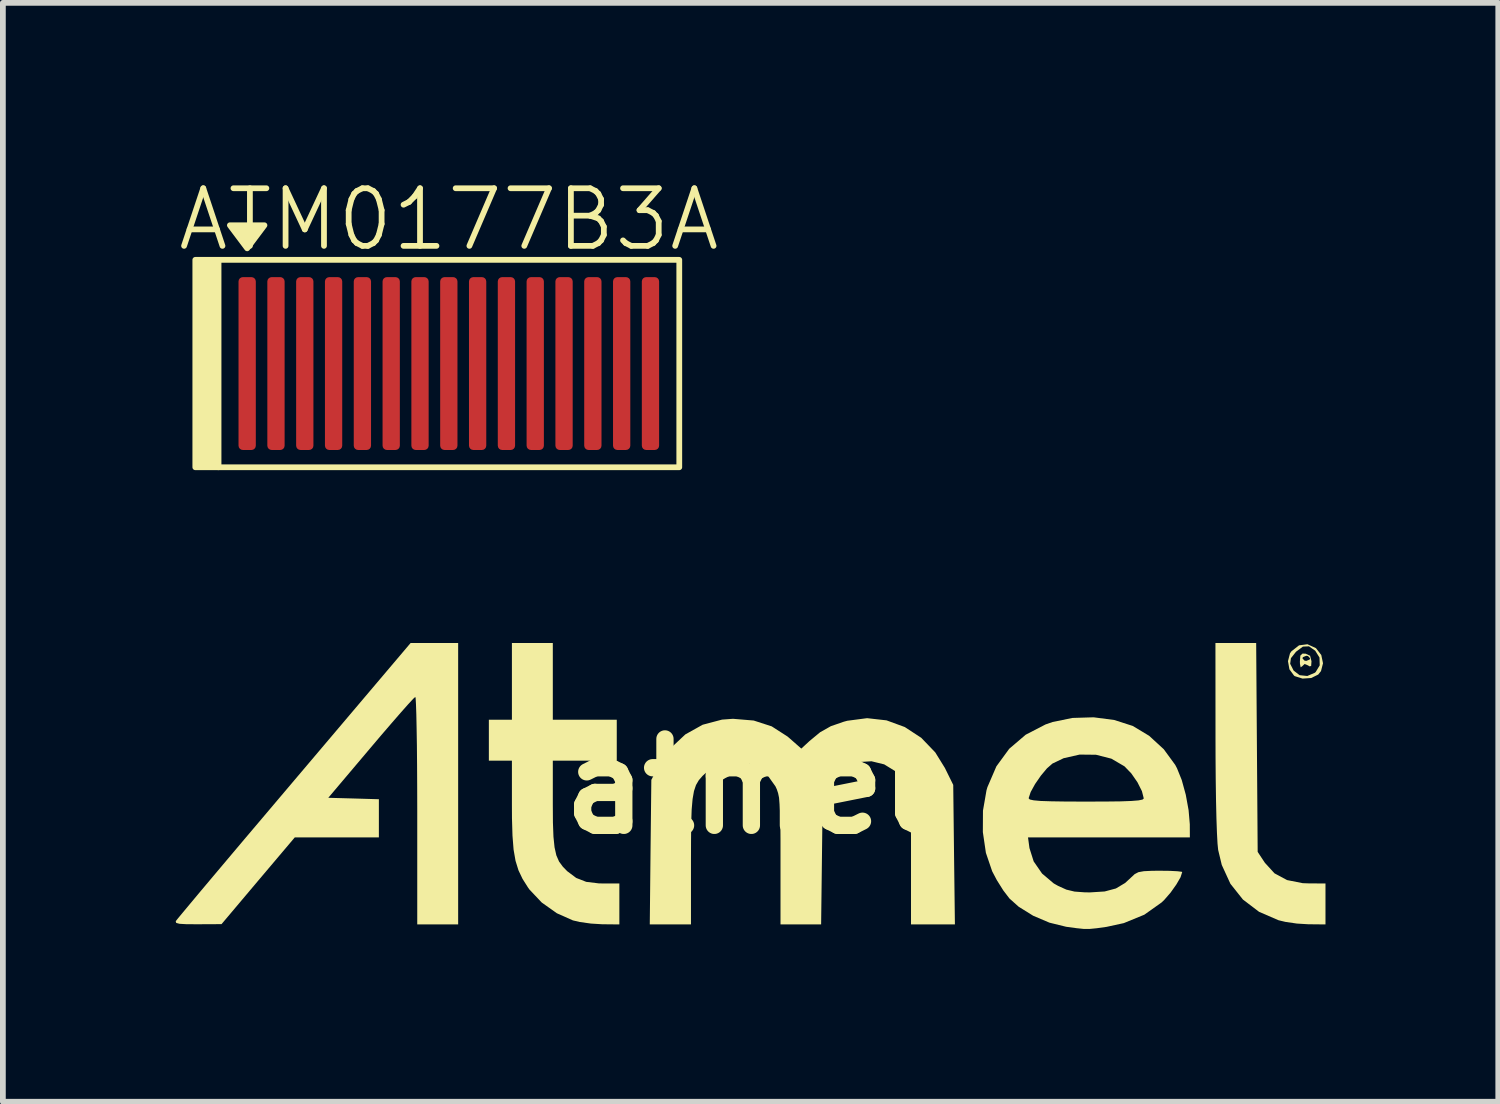
<source format=kicad_pcb>
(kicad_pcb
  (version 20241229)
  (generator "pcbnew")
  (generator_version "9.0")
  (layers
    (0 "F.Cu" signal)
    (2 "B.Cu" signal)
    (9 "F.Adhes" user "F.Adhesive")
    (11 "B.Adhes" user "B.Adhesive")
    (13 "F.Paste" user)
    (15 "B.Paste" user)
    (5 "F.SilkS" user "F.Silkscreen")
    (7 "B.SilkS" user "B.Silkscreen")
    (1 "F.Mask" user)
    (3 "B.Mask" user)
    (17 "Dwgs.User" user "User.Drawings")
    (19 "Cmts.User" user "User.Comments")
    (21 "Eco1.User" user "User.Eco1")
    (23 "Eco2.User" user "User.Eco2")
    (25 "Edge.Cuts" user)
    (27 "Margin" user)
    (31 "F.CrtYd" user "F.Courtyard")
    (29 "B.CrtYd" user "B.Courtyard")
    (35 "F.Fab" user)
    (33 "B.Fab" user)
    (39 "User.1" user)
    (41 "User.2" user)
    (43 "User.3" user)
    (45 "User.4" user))
  (footprint "atmel"
    (layer "F.Cu")
    (at 9.92 10.597)
    (property "Reference" "atmel" (at 0 0 0) (layer "F.SilkS") (effects (font (size 1.5 1.5) (thickness 0.3))))
    (attr board_only exclude_from_pos_files exclude_from_bom)
    (fp_poly (pts (xy 9.692 -2.301) (xy 9.769 -2.265) (xy 9.793 -2.171) (xy 9.793 -2.167) (xy 9.787 -2.087) (xy 9.756 -2.082) (xy 9.735 -2.097) (xy 9.673 -2.122) (xy 9.633 -2.084) (xy 9.605 -2.064) (xy 9.593 -2.125) (xy 9.592 -2.168) (xy 9.596 -2.22) (xy 9.636 -2.22) (xy 9.672 -2.181) (xy 9.703 -2.176) (xy 9.762 -2.2) (xy 9.769 -2.22) (xy 9.733 -2.26) (xy 9.703 -2.265) (xy 9.644 -2.241) (xy 9.636 -2.22) (xy 9.596 -2.22) (xy 9.6 -2.268) (xy 9.637 -2.303)) (stroke (width 0) (type solid)) (fill yes) (layer "F.SilkS"))
    (fp_poly (pts (xy 8.846 -0.674) (xy 8.859 1.139) (xy 8.984 1.328) (xy 9.151 1.511) (xy 9.368 1.628) (xy 9.641 1.682) (xy 9.758 1.686) (xy 10.036 1.687) (xy 10.036 2.043) (xy 10.036 2.398) (xy 9.736 2.395) (xy 9.539 2.383) (xy 9.341 2.354) (xy 9.22 2.325) (xy 8.883 2.179) (xy 8.603 1.966) (xy 8.386 1.693) (xy 8.236 1.366) (xy 8.173 1.104) (xy 8.162 0.993) (xy 8.152 0.804) (xy 8.143 0.549) (xy 8.136 0.241) (xy 8.131 -0.109) (xy 8.128 -0.491) (xy 8.127 -0.833) (xy 8.126 -2.487) (xy 8.48 -2.487) (xy 8.833 -2.487)) (stroke (width 0) (type solid)) (fill yes) (layer "F.SilkS"))
    (fp_poly (pts (xy 9.87 -2.398) (xy 9.871 -2.397) (xy 9.963 -2.278) (xy 9.993 -2.135) (xy 9.958 -1.999) (xy 9.91 -1.939) (xy 9.788 -1.879) (xy 9.638 -1.869) (xy 9.504 -1.911) (xy 9.49 -1.921) (xy 9.41 -2.03) (xy 9.393 -2.126) (xy 9.423 -2.126) (xy 9.481 -2.012) (xy 9.483 -2.008) (xy 9.587 -1.928) (xy 9.72 -1.914) (xy 9.849 -1.969) (xy 9.866 -1.983) (xy 9.936 -2.099) (xy 9.932 -2.234) (xy 9.858 -2.353) (xy 9.749 -2.429) (xy 9.644 -2.424) (xy 9.526 -2.336) (xy 9.523 -2.333) (xy 9.436 -2.223) (xy 9.423 -2.126) (xy 9.393 -2.126) (xy 9.385 -2.172) (xy 9.42 -2.307) (xy 9.444 -2.342) (xy 9.577 -2.446) (xy 9.723 -2.465)) (stroke (width 0) (type solid)) (fill yes) (layer "F.SilkS"))
    (fp_poly (pts (xy -5.018 -0.044) (xy -5.018 2.398) (xy -5.373 2.398) (xy -5.728 2.398) (xy -5.728 0.422) (xy -5.729 0.013) (xy -5.731 -0.368) (xy -5.734 -0.71) (xy -5.739 -1.007) (xy -5.744 -1.247) (xy -5.75 -1.424) (xy -5.756 -1.527) (xy -5.762 -1.551) (xy -5.798 -1.518) (xy -5.884 -1.425) (xy -6.01 -1.283) (xy -6.17 -1.099) (xy -6.355 -0.884) (xy -6.533 -0.674) (xy -7.272 0.2) (xy -6.833 0.212) (xy -6.394 0.225) (xy -6.394 0.557) (xy -6.394 0.888) (xy -7.124 0.888) (xy -7.854 0.888) (xy -8.49 1.64) (xy -9.125 2.393) (xy -9.538 2.395) (xy -9.734 2.394) (xy -9.854 2.387) (xy -9.911 2.372) (xy -9.92 2.346) (xy -9.916 2.337) (xy -9.882 2.294) (xy -9.795 2.189) (xy -9.66 2.027) (xy -9.482 1.814) (xy -9.265 1.556) (xy -9.014 1.258) (xy -8.734 0.926) (xy -8.429 0.566) (xy -8.104 0.182) (xy -7.861 -0.105) (xy -5.843 -2.487) (xy -5.43 -2.487) (xy -5.018 -2.487)) (stroke (width 0) (type solid)) (fill yes) (layer "F.SilkS"))
    (fp_poly (pts (xy -3.375 -1.821) (xy -3.375 -1.155) (xy -2.82 -1.155) (xy -2.265 -1.155) (xy -2.265 -0.799) (xy -2.265 -0.444) (xy -2.82 -0.444) (xy -3.375 -0.444) (xy -3.375 0.312) (xy -3.373 0.631) (xy -3.364 0.875) (xy -3.345 1.059) (xy -3.314 1.198) (xy -3.267 1.306) (xy -3.201 1.396) (xy -3.125 1.474) (xy -2.969 1.591) (xy -2.795 1.659) (xy -2.573 1.686) (xy -2.484 1.687) (xy -2.22 1.687) (xy -2.22 2.043) (xy -2.22 2.398) (xy -2.52 2.395) (xy -2.714 2.383) (xy -2.907 2.356) (xy -3.026 2.328) (xy -3.305 2.204) (xy -3.567 2.018) (xy -3.78 1.793) (xy -3.805 1.758) (xy -3.9 1.608) (xy -3.971 1.459) (xy -4.022 1.294) (xy -4.056 1.099) (xy -4.075 0.857) (xy -4.084 0.552) (xy -4.085 0.325) (xy -4.085 -0.444) (xy -4.285 -0.444) (xy -4.485 -0.444) (xy -4.485 -0.799) (xy -4.485 -1.155) (xy -4.285 -1.155) (xy -4.085 -1.155) (xy -4.085 -1.821) (xy -4.085 -2.487) (xy -3.73 -2.487) (xy -3.375 -2.487)) (stroke (width 0) (type solid)) (fill yes) (layer "F.SilkS"))
    (fp_poly (pts (xy 2.417 -1.144) (xy 2.734 -1.028) (xy 3.02 -0.841) (xy 3.263 -0.588) (xy 3.43 -0.318) (xy 3.575 -0.024) (xy 3.589 1.187) (xy 3.604 2.398) (xy 3.223 2.398) (xy 2.842 2.398) (xy 2.842 1.258) (xy 2.842 0.911) (xy 2.841 0.641) (xy 2.837 0.435) (xy 2.831 0.284) (xy 2.821 0.173) (xy 2.806 0.093) (xy 2.785 0.031) (xy 2.757 -0.026) (xy 2.732 -0.07) (xy 2.575 -0.258) (xy 2.377 -0.38) (xy 2.156 -0.434) (xy 1.927 -0.42) (xy 1.709 -0.338) (xy 1.518 -0.189) (xy 1.432 -0.08) (xy 1.31 0.104) (xy 1.296 1.251) (xy 1.282 2.398) (xy 0.93 2.398) (xy 0.577 2.398) (xy 0.577 1.286) (xy 0.577 0.939) (xy 0.575 0.669) (xy 0.57 0.464) (xy 0.563 0.312) (xy 0.552 0.201) (xy 0.535 0.119) (xy 0.513 0.053) (xy 0.489 0.001) (xy 0.339 -0.209) (xy 0.145 -0.353) (xy -0.076 -0.429) (xy -0.308 -0.434) (xy -0.535 -0.363) (xy -0.696 -0.254) (xy -0.777 -0.179) (xy -0.841 -0.105) (xy -0.89 -0.021) (xy -0.925 0.084) (xy -0.949 0.222) (xy -0.965 0.405) (xy -0.973 0.643) (xy -0.976 0.949) (xy -0.977 1.286) (xy -0.977 2.398) (xy -1.335 2.398) (xy -1.692 2.398) (xy -1.679 1.143) (xy -1.665 -0.111) (xy -1.542 -0.346) (xy -1.333 -0.658) (xy -1.075 -0.9) (xy -0.774 -1.068) (xy -0.438 -1.157) (xy -0.248 -1.171) (xy 0.112 -1.141) (xy 0.424 -1.04) (xy 0.698 -0.864) (xy 0.732 -0.835) (xy 0.938 -0.654) (xy 1.08 -0.785) (xy 1.265 -0.938) (xy 1.451 -1.043) (xy 1.677 -1.121) (xy 1.736 -1.137) (xy 2.08 -1.182)) (stroke (width 0) (type solid)) (fill yes) (layer "F.SilkS"))
    (fp_poly (pts (xy 6.371 -1.15) (xy 6.691 -1.047) (xy 6.693 -1.046) (xy 6.975 -0.876) (xy 7.229 -0.643) (xy 7.428 -0.371) (xy 7.459 -0.312) (xy 7.541 -0.109) (xy 7.611 0.146) (xy 7.66 0.415) (xy 7.681 0.659) (xy 7.681 0.677) (xy 7.682 0.888) (xy 6.278 0.888) (xy 4.873 0.888) (xy 4.898 1.073) (xy 4.971 1.304) (xy 5.117 1.515) (xy 5.319 1.686) (xy 5.395 1.729) (xy 5.539 1.794) (xy 5.681 1.828) (xy 5.858 1.841) (xy 5.949 1.842) (xy 6.203 1.826) (xy 6.398 1.774) (xy 6.559 1.678) (xy 6.665 1.58) (xy 6.724 1.525) (xy 6.789 1.491) (xy 6.884 1.474) (xy 7.029 1.467) (xy 7.16 1.466) (xy 7.334 1.468) (xy 7.467 1.475) (xy 7.541 1.484) (xy 7.549 1.489) (xy 7.521 1.578) (xy 7.448 1.704) (xy 7.348 1.845) (xy 7.237 1.973) (xy 7.191 2.017) (xy 6.892 2.229) (xy 6.536 2.375) (xy 6.238 2.44) (xy 6.067 2.464) (xy 5.945 2.476) (xy 5.839 2.476) (xy 5.714 2.463) (xy 5.537 2.439) (xy 5.528 2.437) (xy 5.244 2.367) (xy 4.962 2.247) (xy 4.711 2.091) (xy 4.551 1.948) (xy 4.444 1.808) (xy 4.331 1.628) (xy 4.251 1.476) (xy 4.142 1.156) (xy 4.089 0.795) (xy 4.091 0.423) (xy 4.128 0.211) (xy 4.885 0.211) (xy 4.905 0.23) (xy 4.971 0.244) (xy 5.092 0.255) (xy 5.276 0.261) (xy 5.531 0.265) (xy 5.866 0.266) (xy 5.884 0.266) (xy 6.223 0.265) (xy 6.481 0.262) (xy 6.668 0.255) (xy 6.792 0.245) (xy 6.86 0.231) (xy 6.882 0.212) (xy 6.882 0.211) (xy 6.85 0.085) (xy 6.772 -0.07) (xy 6.665 -0.224) (xy 6.547 -0.346) (xy 6.32 -0.479) (xy 6.053 -0.547) (xy 5.769 -0.55) (xy 5.491 -0.487) (xy 5.297 -0.394) (xy 5.202 -0.311) (xy 5.096 -0.184) (xy 4.995 -0.038) (xy 4.919 0.1) (xy 4.885 0.203) (xy 4.885 0.211) (xy 4.128 0.211) (xy 4.152 0.071) (xy 4.168 0.016) (xy 4.324 -0.346) (xy 4.547 -0.651) (xy 4.833 -0.895) (xy 5.177 -1.073) (xy 5.298 -1.115) (xy 5.644 -1.186) (xy 6.012 -1.197)) (stroke (width 0) (type solid)) (fill yes) (layer "F.SilkS")))
  (footprint "ATM0177B3A"
    (layer "F.Cu")
    (at 4.74 3.26)
    (property "Reference" "ATM0177B3A" (at 0 -2.5 0) (unlocked yes) (layer "F.SilkS") (effects (font (size 1 1) (thickness 0.1))))
    (attr smd)
    (fp_rect (start -4.4 -1.8) (end -4 1.8) (stroke (width 0.1) (type solid)) (fill yes) (layer "F.SilkS"))
    (fp_rect (start -4 -1.8) (end 4 1.8) (stroke (width 0.1) (type default)) (fill no) (layer "F.SilkS"))
    (fp_poly (pts (xy -3.5 -2) (xy -3.8 -2.4) (xy -3.2 -2.4)) (stroke (width 0.1) (type solid)) (fill yes) (layer "F.SilkS"))
    (pad "1" smd roundrect (at -3.5 0 90) (size 3 0.3) (layers "F.Cu" "F.Mask" "F.Paste") (roundrect_rratio 0.25))
    (pad "2" smd roundrect (at -3 0 90) (size 3 0.3) (layers "F.Cu" "F.Mask" "F.Paste") (roundrect_rratio 0.25))
    (pad "3" smd roundrect (at -2.5 0 90) (size 3 0.3) (layers "F.Cu" "F.Mask" "F.Paste") (roundrect_rratio 0.25))
    (pad "4" smd roundrect (at -2 0 90) (size 3 0.3) (layers "F.Cu" "F.Mask" "F.Paste") (roundrect_rratio 0.25))
    (pad "5" smd roundrect (at -1.5 0 90) (size 3 0.3) (layers "F.Cu" "F.Mask" "F.Paste") (roundrect_rratio 0.25))
    (pad "6" smd roundrect (at -1 0 90) (size 3 0.3) (layers "F.Cu" "F.Mask" "F.Paste") (roundrect_rratio 0.25))
    (pad "7" smd roundrect (at -0.5 0 90) (size 3 0.3) (layers "F.Cu" "F.Mask" "F.Paste") (roundrect_rratio 0.25))
    (pad "8" smd roundrect (at 0 0 90) (size 3 0.3) (layers "F.Cu" "F.Mask" "F.Paste") (roundrect_rratio 0.25))
    (pad "9" smd roundrect (at 0.5 0 90) (size 3 0.3) (layers "F.Cu" "F.Mask" "F.Paste") (roundrect_rratio 0.25))
    (pad "10" smd roundrect (at 1 0 90) (size 3 0.3) (layers "F.Cu" "F.Mask" "F.Paste") (roundrect_rratio 0.25))
    (pad "11" smd roundrect (at 1.5 0 90) (size 3 0.3) (layers "F.Cu" "F.Mask" "F.Paste") (roundrect_rratio 0.25))
    (pad "12" smd roundrect (at 2 0 90) (size 3 0.3) (layers "F.Cu" "F.Mask" "F.Paste") (roundrect_rratio 0.25))
    (pad "13" smd roundrect (at 2.5 0 90) (size 3 0.3) (layers "F.Cu" "F.Mask" "F.Paste") (roundrect_rratio 0.25))
    (pad "14" smd roundrect (at 3 0 90) (size 3 0.3) (layers "F.Cu" "F.Mask" "F.Paste") (roundrect_rratio 0.25))
    (pad "15" smd roundrect (at 3.5 0 90) (size 3 0.3) (layers "F.Cu" "F.Mask" "F.Paste") (roundrect_rratio 0.25)))
  (gr_rect
    (start -3 -3)
    (end 22.955 16.073)
    (stroke (width 0.1) (type default))
    (fill no)
    (layer "Edge.Cuts")))
</source>
